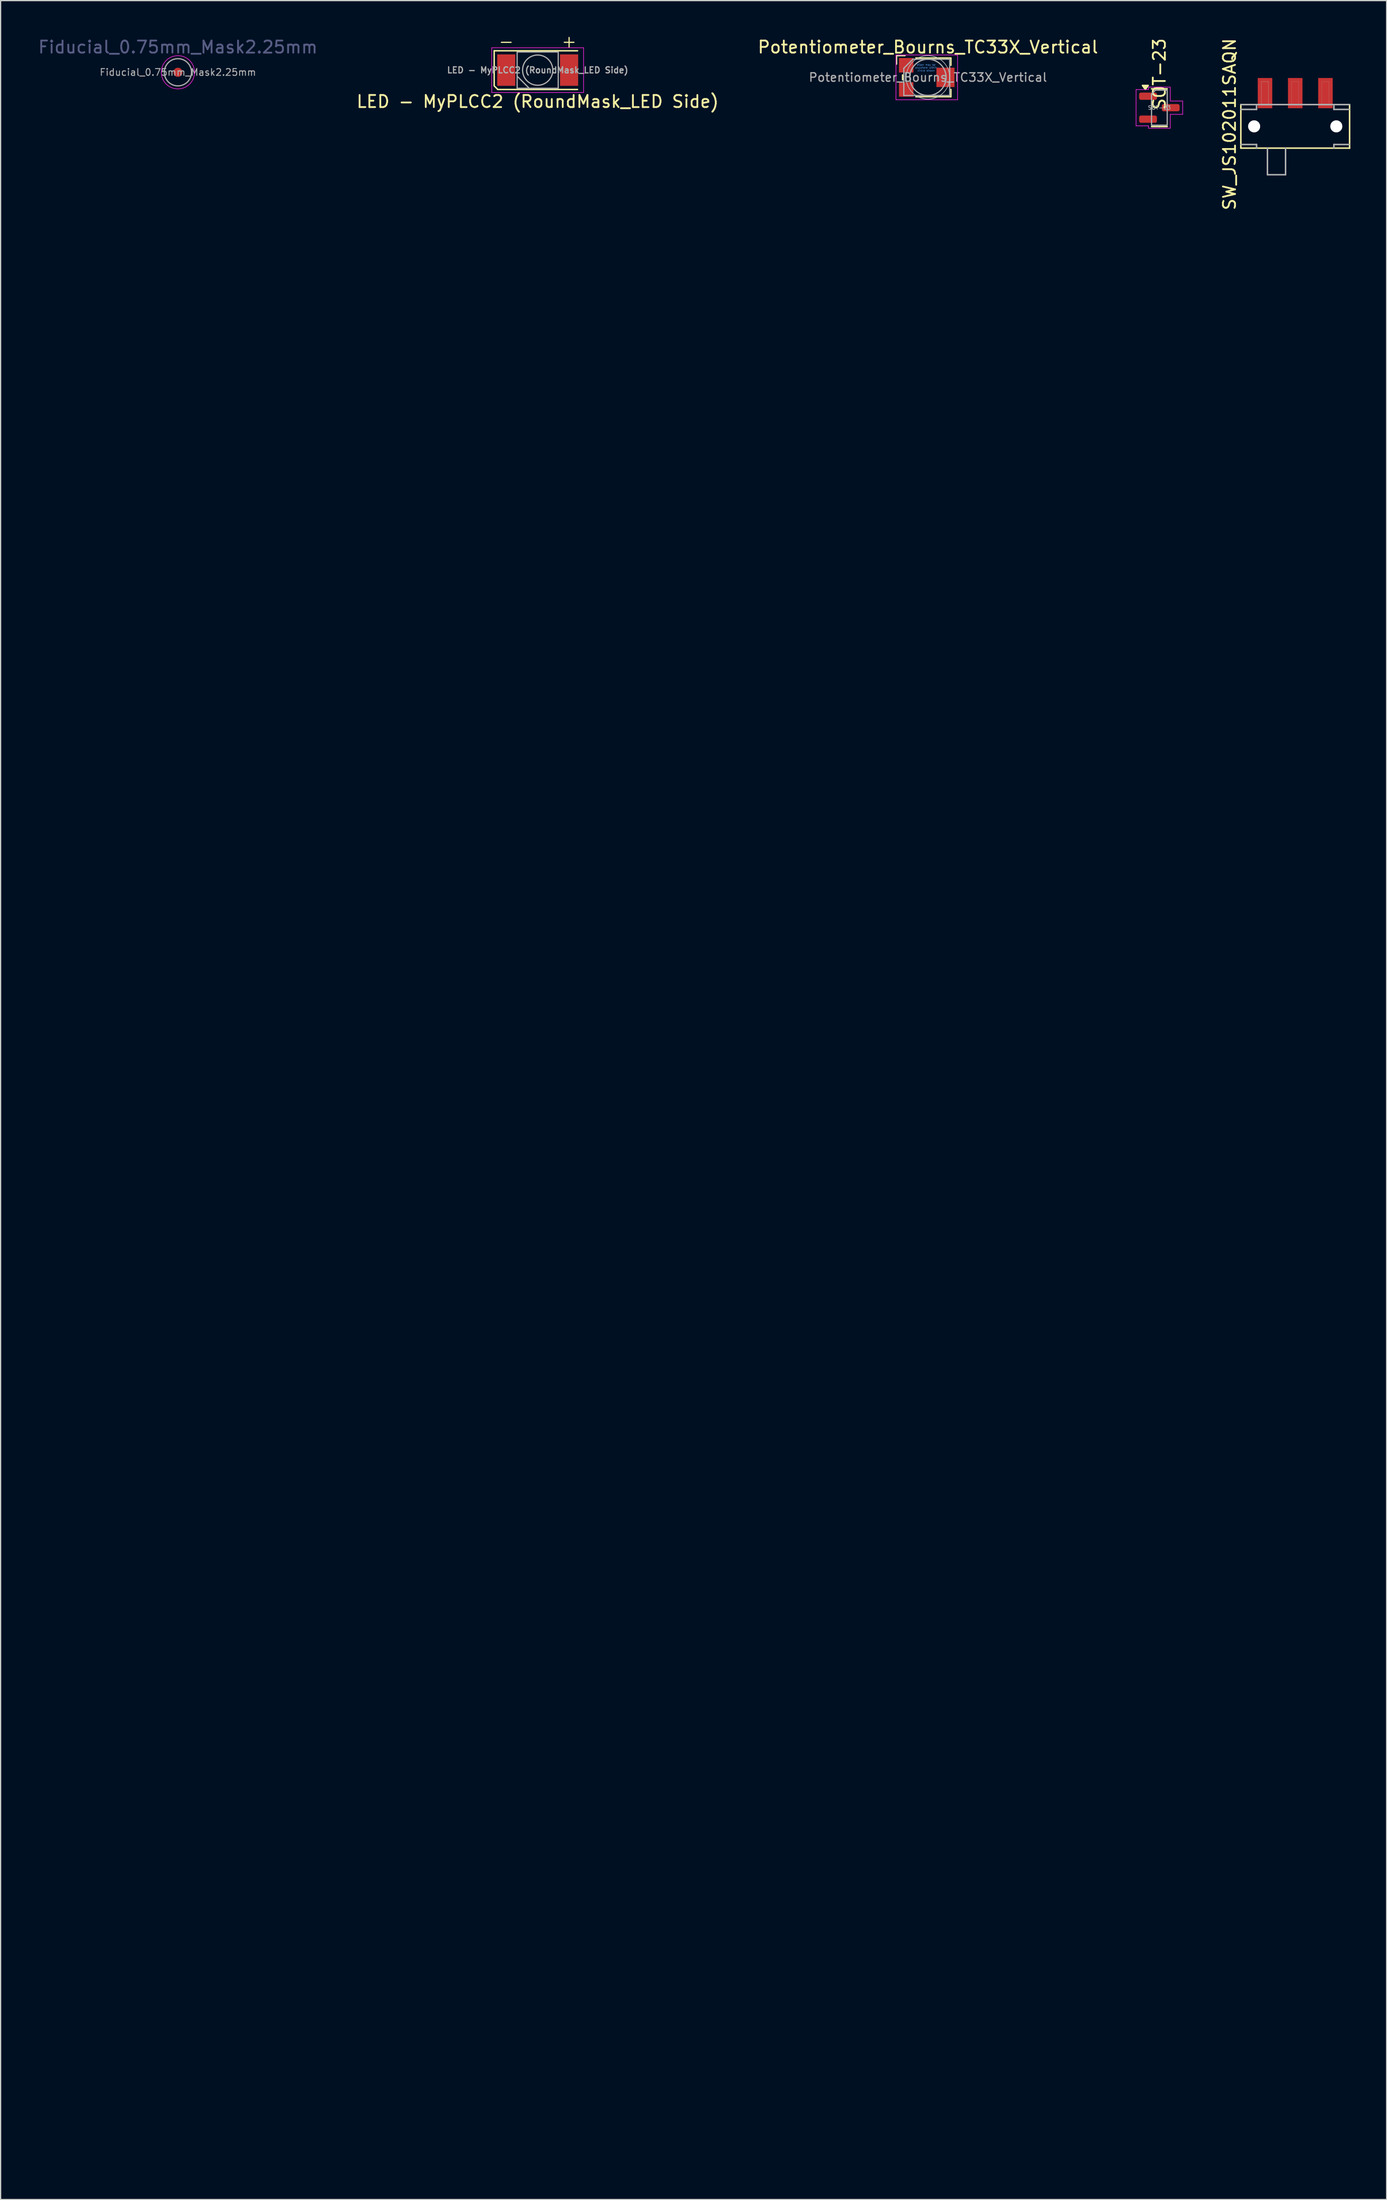
<source format=kicad_pcb>
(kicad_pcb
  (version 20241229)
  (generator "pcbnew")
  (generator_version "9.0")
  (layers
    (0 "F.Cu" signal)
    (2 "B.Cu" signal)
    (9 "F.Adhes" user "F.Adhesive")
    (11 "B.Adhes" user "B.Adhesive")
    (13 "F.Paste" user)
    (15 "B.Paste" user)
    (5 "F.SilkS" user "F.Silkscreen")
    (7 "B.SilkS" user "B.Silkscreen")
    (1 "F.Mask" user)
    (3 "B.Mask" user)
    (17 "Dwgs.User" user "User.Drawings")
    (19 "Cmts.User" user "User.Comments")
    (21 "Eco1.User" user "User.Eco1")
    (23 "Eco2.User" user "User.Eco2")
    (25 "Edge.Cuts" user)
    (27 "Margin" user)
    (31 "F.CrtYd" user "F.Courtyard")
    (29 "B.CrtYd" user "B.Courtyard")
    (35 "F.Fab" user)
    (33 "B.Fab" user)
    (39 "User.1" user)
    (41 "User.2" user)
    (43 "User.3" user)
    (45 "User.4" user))
  (footprint "SW_JS102011SAQN"
    (layer "F.Cu")
    (at 104.138 7.4)
    (property "Reference" "SW_JS102011SAQN" (at -5.439 -0.175 90) (layer "F.SilkS") (effects (font (size 1.001 1.001) (thickness 0.15))))
    (attr smd)
    (fp_line (start -4.5 -1.8) (end -4.5 1.8) (stroke (width 0.127) (type solid)) (layer "F.SilkS"))
    (fp_line (start -4.5 1.8) (end 4.5 1.8) (stroke (width 0.127) (type solid)) (layer "F.SilkS"))
    (fp_line (start 4.5 -1.8) (end 4.5 1.8) (stroke (width 0.127) (type solid)) (layer "F.SilkS"))
    (fp_line (start -4.5 -1.8) (end 4.5 -1.8) (stroke (width 0.127) (type solid)) (layer "F.Fab"))
    (fp_line (start -4.5 -1.4) (end -3.2 -1.4) (stroke (width 0.127) (type solid)) (layer "F.Fab"))
    (fp_line (start -4.5 1.5) (end -3.2 1.5) (stroke (width 0.127) (type solid)) (layer "F.Fab"))
    (fp_line (start -3.2 -1.7) (end -3.2 -1.4) (stroke (width 0.127) (type solid)) (layer "F.Fab"))
    (fp_line (start -3.2 1.5) (end -3.2 1.8) (stroke (width 0.127) (type solid)) (layer "F.Fab"))
    (fp_line (start -2.3 1.8) (end -2.3 4) (stroke (width 0.127) (type solid)) (layer "F.Fab"))
    (fp_line (start -2.3 4) (end -0.8 4) (stroke (width 0.127) (type solid)) (layer "F.Fab"))
    (fp_line (start -0.8 4) (end -0.8 1.8) (stroke (width 0.127) (type solid)) (layer "F.Fab"))
    (fp_line (start 3.2 -1.7) (end 3.2 -1.4) (stroke (width 0.127) (type solid)) (layer "F.Fab"))
    (fp_line (start 3.2 -1.4) (end 4.5 -1.4) (stroke (width 0.127) (type solid)) (layer "F.Fab"))
    (fp_line (start 3.2 1.5) (end 3.2 1.8) (stroke (width 0.127) (type solid)) (layer "F.Fab"))
    (fp_line (start 3.2 1.5) (end 4.5 1.5) (stroke (width 0.127) (type solid)) (layer "F.Fab"))
    (fp_poly (pts (xy -2.801 -3.7) (xy -2.2 -3.7) (xy -2.2 -1.801) (xy -2.801 -1.801)) (stroke (width 0.01) (type solid)) (fill no) (layer "F.Fab"))
    (fp_poly (pts (xy -2.801 -3.7) (xy -2.2 -3.7) (xy -2.2 -1.801) (xy -2.801 -1.801)) (stroke (width 0.01) (type solid)) (fill no) (layer "F.Fab"))
    (fp_poly (pts (xy -0.3 -3.7) (xy 0.3 -3.7) (xy 0.3 -1.8) (xy -0.3 -1.8)) (stroke (width 0.01) (type solid)) (fill no) (layer "F.Fab"))
    (fp_poly (pts (xy 2.204 -3.7) (xy 2.8 -3.7) (xy 2.8 -1.803) (xy 2.204 -1.803)) (stroke (width 0.01) (type solid)) (fill no) (layer "F.Fab"))
    (pad "" np_thru_hole circle (at -3.4 0) (size 1 1) (drill 1) (layers "*.Cu" "*.Mask"))
    (pad "" np_thru_hole circle (at 3.4 0) (size 1 1) (drill 1) (layers "*.Cu" "*.Mask"))
    (pad "1" smd rect (at -2.5 -2.75) (size 1.2 2.5) (layers "F.Cu" "F.Mask" "F.Paste"))
    (pad "2" smd rect (at 0 -2.75) (size 1.2 2.5) (layers "F.Cu" "F.Mask" "F.Paste"))
    (pad "3" smd rect (at 2.5 -2.75) (size 1.2 2.5) (layers "F.Cu" "F.Mask" "F.Paste")))
  (footprint "Potentiometer_Bourns_TC33X_Vertical"
    (layer "F.Cu")
    (at 73.744 3.348)
    (property "Reference" "Potentiometer_Bourns_TC33X_Vertical" (at 0 -2.5 180) (layer "F.SilkS") (effects (font (size 1 1) (thickness 0.15))))
    (attr smd)
    (fp_line (start -2.6 -1.8) (end -2.6 -1.1) (stroke (width 0.12) (type solid)) (layer "F.SilkS"))
    (fp_line (start -2.1 -0.2) (end -2.1 0.2) (stroke (width 0.12) (type solid)) (layer "F.SilkS"))
    (fp_line (start -1.9 -1.8) (end -2.6 -1.8) (stroke (width 0.12) (type solid)) (layer "F.SilkS"))
    (fp_line (start -1 -1.6) (end 1.9 -1.6) (stroke (width 0.12) (type solid)) (layer "F.SilkS"))
    (fp_line (start -1 1.6) (end 1.9 1.6) (stroke (width 0.12) (type solid)) (layer "F.SilkS"))
    (fp_line (start 1.9 -1.6) (end 1.9 -1) (stroke (width 0.12) (type solid)) (layer "F.SilkS"))
    (fp_line (start 1.9 1.6) (end 1.9 1) (stroke (width 0.12) (type solid)) (layer "F.SilkS"))
    (fp_circle (center 0 0) (end 1.8 0) (stroke (width 0.05) (type solid)) (fill no) (layer "Dwgs.User"))
    (fp_line (start -2.65 -1.85) (end 2.45 -1.85) (stroke (width 0.05) (type solid)) (layer "F.CrtYd"))
    (fp_line (start -2.65 1.85) (end -2.65 -1.85) (stroke (width 0.05) (type solid)) (layer "F.CrtYd"))
    (fp_line (start 2.45 -1.85) (end 2.45 1.85) (stroke (width 0.05) (type solid)) (layer "F.CrtYd"))
    (fp_line (start 2.45 1.85) (end -2.65 1.85) (stroke (width 0.05) (type solid)) (layer "F.CrtYd"))
    (fp_line (start -2 -0.75) (end -2 1.5) (stroke (width 0.1) (type solid)) (layer "F.Fab"))
    (fp_line (start -2 1.5) (end 1.8 1.5) (stroke (width 0.1) (type solid)) (layer "F.Fab"))
    (fp_line (start -1.25 -1.5) (end -2 -0.75) (stroke (width 0.1) (type solid)) (layer "F.Fab"))
    (fp_line (start 1.8 -1.5) (end -1.25 -1.5) (stroke (width 0.1) (type solid)) (layer "F.Fab"))
    (fp_line (start 1.8 1.5) (end 1.8 -1.5) (stroke (width 0.1) (type solid)) (layer "F.Fab"))
    (fp_circle (center 0 0) (end 1.5 0) (stroke (width 0.1) (type solid)) (fill no) (layer "F.Fab"))
    (fp_text user "Wiper may be\nanywhere within\ncircle shown" (at -0.15 -0.8 180) (layer "Cmts.User") (effects (font (size 0.15 0.15) (thickness 0.02))))
    (fp_text user "${REFERENCE}" (at 0 0 180) (layer "F.Fab") (effects (font (size 0.7 0.7) (thickness 0.105))))
    (pad "1" smd rect (at -1.8 -1) (size 1.2 1.2) (layers "F.Cu" "F.Mask" "F.Paste"))
    (pad "2" smd rect (at 1.45 0) (size 1.5 1.6) (layers "F.Cu" "F.Mask" "F.Paste"))
    (pad "3" smd rect (at -1.8 1) (size 1.2 1.2) (layers "F.Cu" "F.Mask" "F.Paste")))
  (footprint "SOT-23"
    (layer "F.Cu")
    (at 92.895 5.856)
    (property "Reference" "SOT-23" (at 0 -2.779 90) (layer "F.SilkS") (effects (font (size 1 1) (thickness 0.15))))
    (attr smd)
    (fp_line (start 0 -1.56) (end -0.65 -1.56) (stroke (width 0.12) (type solid)) (layer "F.SilkS"))
    (fp_line (start 0 -1.56) (end 0.65 -1.56) (stroke (width 0.12) (type solid)) (layer "F.SilkS"))
    (fp_line (start 0 1.56) (end -0.65 1.56) (stroke (width 0.12) (type solid)) (layer "F.SilkS"))
    (fp_line (start 0 1.56) (end 0.65 1.56) (stroke (width 0.12) (type solid)) (layer "F.SilkS"))
    (fp_poly (pts (xy -1.163 -1.51) (xy -1.403 -1.84) (xy -0.922 -1.84)) (stroke (width 0.12) (type solid)) (fill yes) (layer "F.SilkS"))
    (fp_line (start -1.93 -1.5) (end -0.9 -1.5) (stroke (width 0.05) (type solid)) (layer "F.CrtYd"))
    (fp_line (start -1.93 1.5) (end -1.93 -1.5) (stroke (width 0.05) (type solid)) (layer "F.CrtYd"))
    (fp_line (start -0.9 -1.7) (end 0.9 -1.7) (stroke (width 0.05) (type solid)) (layer "F.CrtYd"))
    (fp_line (start -0.9 -1.5) (end -0.9 -1.7) (stroke (width 0.05) (type solid)) (layer "F.CrtYd"))
    (fp_line (start -0.9 1.5) (end -1.93 1.5) (stroke (width 0.05) (type solid)) (layer "F.CrtYd"))
    (fp_line (start -0.9 1.7) (end -0.9 1.5) (stroke (width 0.05) (type solid)) (layer "F.CrtYd"))
    (fp_line (start 0.9 -1.7) (end 0.9 -0.55) (stroke (width 0.05) (type solid)) (layer "F.CrtYd"))
    (fp_line (start 0.9 -0.55) (end 1.93 -0.55) (stroke (width 0.05) (type solid)) (layer "F.CrtYd"))
    (fp_line (start 0.9 0.55) (end 0.9 1.7) (stroke (width 0.05) (type solid)) (layer "F.CrtYd"))
    (fp_line (start 0.9 1.7) (end -0.9 1.7) (stroke (width 0.05) (type solid)) (layer "F.CrtYd"))
    (fp_line (start 1.93 -0.55) (end 1.93 0.55) (stroke (width 0.05) (type solid)) (layer "F.CrtYd"))
    (fp_line (start 1.93 0.55) (end 0.9 0.55) (stroke (width 0.05) (type solid)) (layer "F.CrtYd"))
    (fp_poly (pts (xy -0.65 -1.125) (xy -0.65 1.45) (xy 0.65 1.45) (xy 0.65 -1.45) (xy -0.325 -1.45)) (stroke (width 0.1) (type solid)) (fill no) (layer "F.Fab"))
    (fp_text user "${REFERENCE}" (at 0 0 0) (layer "F.Fab") (effects (font (size 0.32 0.32) (thickness 0.05))))
    (pad "1" smd roundrect (at -0.938 -0.95) (size 1.475 0.6) (layers "F.Cu" "F.Mask" "F.Paste") (roundrect_rratio 0.25))
    (pad "2" smd roundrect (at -0.938 0.95) (size 1.475 0.6) (layers "F.Cu" "F.Mask" "F.Paste") (roundrect_rratio 0.25))
    (pad "3" smd roundrect (at 0.938 0) (size 1.475 0.6) (layers "F.Cu" "F.Mask" "F.Paste") (roundrect_rratio 0.25)))
  (footprint "Fiducial_0.75mm_Mask2.25mm"
    (layer "F.Cu")
    (at 11.673 2.928)
    (property "Reference" "Fiducial_0.75mm_Mask2.25mm" (at 0 -2.08 0) (layer "B.Fab") (effects (font (size 1 1) (thickness 0.15))))
    (attr smd exclude_from_bom)
    (fp_circle (center 0 0) (end 1.375 0) (stroke (width 0.05) (type solid)) (fill no) (layer "F.CrtYd"))
    (fp_circle (center 0 0) (end 1.125 0) (stroke (width 0.1) (type solid)) (fill no) (layer "F.Fab"))
    (fp_text user "${REFERENCE}" (at 0 0 0) (layer "F.Fab") (effects (font (size 0.56 0.56) (thickness 0.08))))
    (pad "" smd circle (at 0 0) (size 0.75 0.75) (layers "F.Cu" "F.Mask")))
  (footprint "LED - MyPLCC2 (RoundMask_LED Side)"
    (layer "F.Cu")
    (at 41.446 2.75)
    (property "Reference" "LED - MyPLCC2 (RoundMask_LED Side)" (at 0 2.6 0) (layer "F.SilkS") (effects (font (size 1 1) (thickness 0.15))))
    (attr smd)
    (fp_line (start -3.6 -1.6) (end -3.6 1.25) (stroke (width 0.12) (type solid)) (layer "F.SilkS"))
    (fp_line (start -3.6 1.3) (end -3.3 1.6) (stroke (width 0.12) (type solid)) (layer "F.SilkS"))
    (fp_line (start -3 -2.3) (end -2.2 -2.3) (stroke (width 0.1) (type default)) (layer "F.SilkS"))
    (fp_line (start 2.2 -2.3) (end 3 -2.3) (stroke (width 0.1) (type default)) (layer "F.SilkS"))
    (fp_line (start 2.6 -1.9) (end 2.6 -2.7) (stroke (width 0.1) (type default)) (layer "F.SilkS"))
    (fp_line (start 3.3 -1.6) (end -3.6 -1.6) (stroke (width 0.12) (type solid)) (layer "F.SilkS"))
    (fp_line (start 3.3 1.6) (end -3.3 1.6) (stroke (width 0.12) (type solid)) (layer "F.SilkS"))
    (fp_line (start -3.8 -1.85) (end 3.8 -1.85) (stroke (width 0.05) (type solid)) (layer "F.CrtYd"))
    (fp_line (start -3.8 1.85) (end -3.8 -1.85) (stroke (width 0.05) (type solid)) (layer "F.CrtYd"))
    (fp_line (start 3.8 -1.85) (end 3.8 1.85) (stroke (width 0.05) (type solid)) (layer "F.CrtYd"))
    (fp_line (start 3.8 1.85) (end -3.8 1.85) (stroke (width 0.05) (type solid)) (layer "F.CrtYd"))
    (fp_line (start -1.7 -1.5) (end -1.7 1.5) (stroke (width 0.1) (type solid)) (layer "F.Fab"))
    (fp_line (start -1.7 1.5) (end 1.7 1.5) (stroke (width 0.1) (type solid)) (layer "F.Fab"))
    (fp_line (start -0.75 1.45) (end -1.65 0.55) (stroke (width 0.1) (type solid)) (layer "F.Fab"))
    (fp_line (start 1.7 -1.5) (end -1.7 -1.5) (stroke (width 0.1) (type solid)) (layer "F.Fab"))
    (fp_line (start 1.7 1.5) (end 1.7 -1.5) (stroke (width 0.1) (type solid)) (layer "F.Fab"))
    (fp_circle (center 0 0) (end 0 -1.25) (stroke (width 0.1) (type solid)) (fill no) (layer "F.Fab"))
    (fp_text user "${REFERENCE}" (at 0 0 0) (layer "F.Fab") (effects (font (size 0.5 0.5) (thickness 0.1))))
    (pad "" smd oval (at 0 0) (size 2.7 2.7) (layers "F.Mask"))
    (pad "1" smd rect (at -2.6 0) (size 1.5 2.6) (layers "F.Cu" "F.Mask" "F.Paste"))
    (pad "2" smd rect (at 2.6 0) (size 1.5 2.6) (layers "F.Cu" "F.Mask" "F.Paste"))
    (zone (net_name "") (layers "F.Cu" "F.Mask" "B.Cu" "B.Mask" "F.SilkS" "B.SilkS" "F.Paste" "B.Paste") (hatch edge 0.5) (connect_pads) (min_thickness 0.25) (filled_areas_thickness no) (keepout (tracks not_allowed) (vias not_allowed) (pads not_allowed) (copperpour not_allowed) (footprints allowed)) (placement (enabled no)) (fill) (polygon (pts (xy 40.146 173.256) (xy 42.746 173.256) (xy 42.746 175.856) (xy 40.146 175.856)))))
  (gr_rect
    (start -3 -3)
    (end 111.702 178.856)
    (stroke (width 0.1) (type default))
    (fill no)
    (layer "Edge.Cuts")))
</source>
